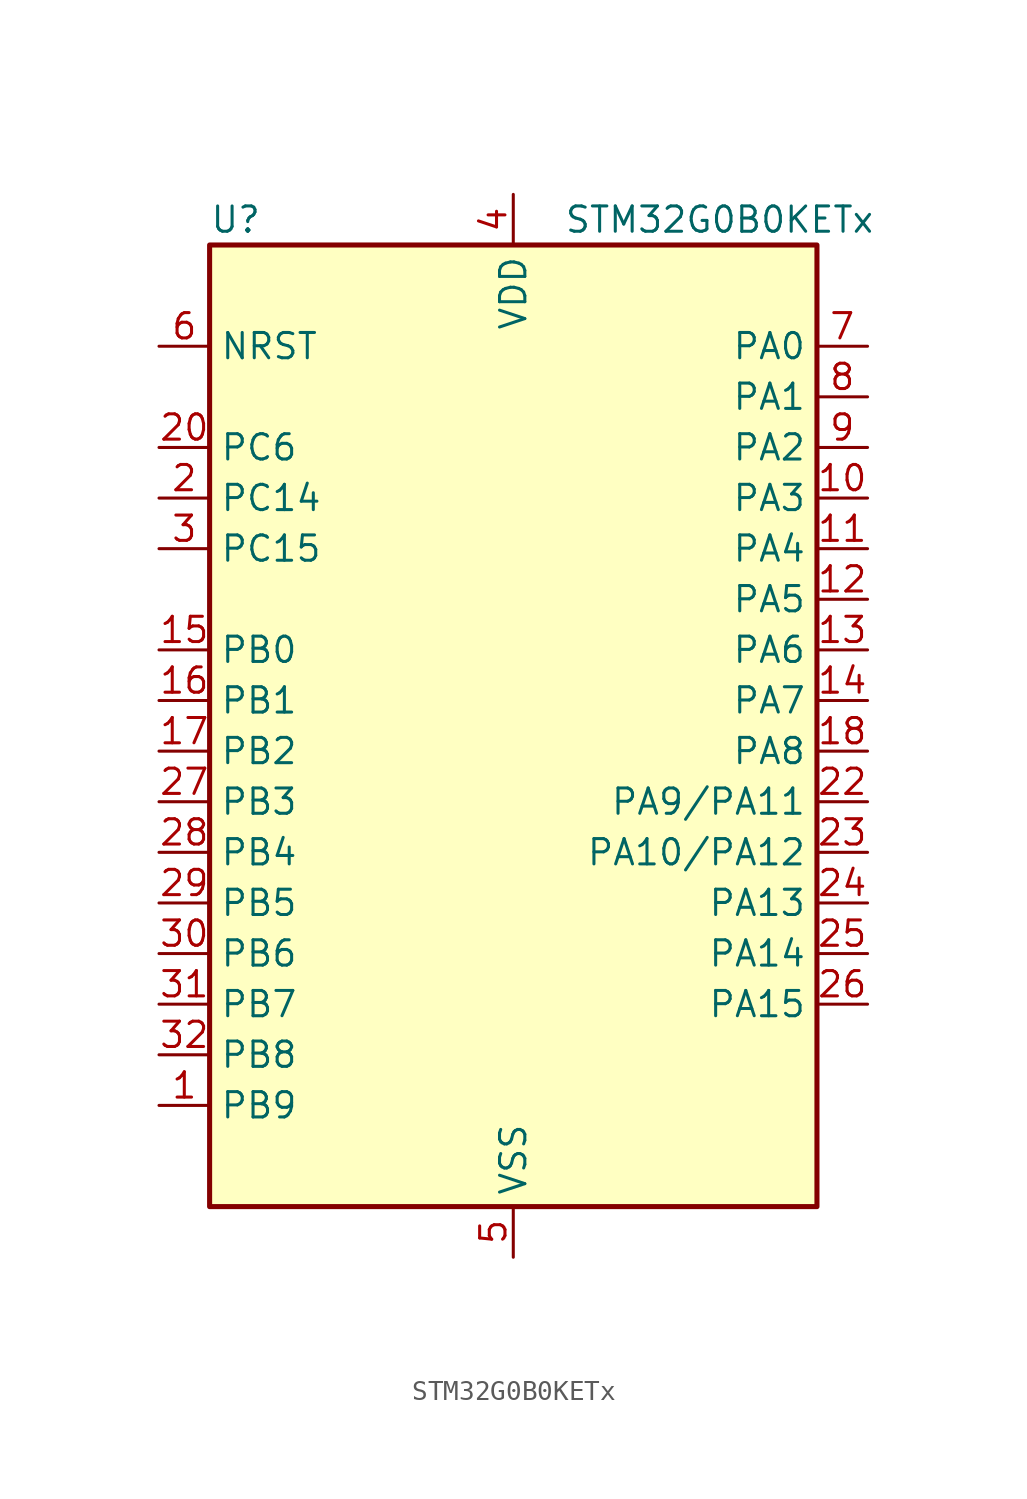
<source format=kicad_sym>
(kicad_symbol_lib
  (version 20231120)
  (generator "kicad-library-utils")
  (generator_version "8.0")
  (symbol "STM32G0B0KETx"
    (property "Reference" "U"
      (at -15.24 26.67 0)
      (effects (font (size 1.27 1.27)) (justify left)))
    (property "Value" "STM32G0B0KETx"
      (at 2.54 26.67 0)
      (effects (font (size 1.27 1.27)) (justify left)))
    (symbol "STM32G0B0KETx_0_1"
      (rectangle (start -15.24 -22.86) (end 15.24 25.4) (stroke (width 0.254) (type default)) (fill (type background))))
    (symbol "STM32G0B0KETx_1_1"
      (pin bidirectional line (at -17.78 -17.78 0) (length 2.54) (name "PB9" (effects (font (size 1.27 1.27)))) (number "1" (effects (font (size 1.27 1.27)))) (alternate "I2C1_SDA" bidirectional line) (alternate "I2S2_WS" bidirectional line) (alternate "IR_OUT" bidirectional line) (alternate "SPI2_NSS" bidirectional line) (alternate "TIM17_CH1" bidirectional line) (alternate "TIM4_CH4" bidirectional line) (alternate "USART3_RX" bidirectional line) (alternate "USART6_RX" bidirectional line))
      (pin bidirectional line (at 17.78 12.7 180) (length 2.54) (name "PA3" (effects (font (size 1.27 1.27)))) (number "10" (effects (font (size 1.27 1.27)))) (alternate "ADC1_IN3" bidirectional line) (alternate "I2S2_MCK" bidirectional line) (alternate "SPI2_MISO" bidirectional line) (alternate "TIM15_CH2" bidirectional line) (alternate "USART2_RX" bidirectional line))
      (pin bidirectional line (at 17.78 10.16 180) (length 2.54) (name "PA4" (effects (font (size 1.27 1.27)))) (number "11" (effects (font (size 1.27 1.27)))) (alternate "ADC1_IN4" bidirectional line) (alternate "I2S1_WS" bidirectional line) (alternate "I2S2_SD" bidirectional line) (alternate "RTC_OUT1" bidirectional line) (alternate "RTC_TAMP_IN1" bidirectional line) (alternate "RTC_TS" bidirectional line) (alternate "SPI1_NSS" bidirectional line) (alternate "SPI2_MOSI" bidirectional line) (alternate "SPI3_NSS" bidirectional line) (alternate "SYS_WKUP2" bidirectional line) (alternate "TIM14_CH1" bidirectional line) (alternate "USART6_TX" bidirectional line) (alternate "USB_NOE" bidirectional line))
      (pin bidirectional line (at 17.78 7.62 180) (length 2.54) (name "PA5" (effects (font (size 1.27 1.27)))) (number "12" (effects (font (size 1.27 1.27)))) (alternate "ADC1_IN5" bidirectional line) (alternate "I2S1_CK" bidirectional line) (alternate "SPI1_SCK" bidirectional line) (alternate "USART3_TX" bidirectional line) (alternate "USART6_RX" bidirectional line))
      (pin bidirectional line (at 17.78 5.08 180) (length 2.54) (name "PA6" (effects (font (size 1.27 1.27)))) (number "13" (effects (font (size 1.27 1.27)))) (alternate "ADC1_IN6" bidirectional line) (alternate "I2C2_SDA" bidirectional line) (alternate "I2C3_SDA" bidirectional line) (alternate "I2S1_MCK" bidirectional line) (alternate "SPI1_MISO" bidirectional line) (alternate "TIM16_CH1" bidirectional line) (alternate "TIM1_BK" bidirectional line) (alternate "TIM3_CH1" bidirectional line) (alternate "USART3_CTS" bidirectional line) (alternate "USART3_NSS" bidirectional line) (alternate "USART6_CTS" bidirectional line) (alternate "USART6_NSS" bidirectional line))
      (pin bidirectional line (at 17.78 2.54 180) (length 2.54) (name "PA7" (effects (font (size 1.27 1.27)))) (number "14" (effects (font (size 1.27 1.27)))) (alternate "ADC1_IN7" bidirectional line) (alternate "I2C2_SCL" bidirectional line) (alternate "I2C3_SCL" bidirectional line) (alternate "I2S1_SD" bidirectional line) (alternate "SPI1_MOSI" bidirectional line) (alternate "TIM14_CH1" bidirectional line) (alternate "TIM17_CH1" bidirectional line) (alternate "TIM1_CH1N" bidirectional line) (alternate "TIM3_CH2" bidirectional line) (alternate "USART6_CK" bidirectional line) (alternate "USART6_DE" bidirectional line) (alternate "USART6_RTS" bidirectional line))
      (pin bidirectional line (at -17.78 5.08 0) (length 2.54) (name "PB0" (effects (font (size 1.27 1.27)))) (number "15" (effects (font (size 1.27 1.27)))) (alternate "ADC1_IN8" bidirectional line) (alternate "I2S1_WS" bidirectional line) (alternate "SPI1_NSS" bidirectional line) (alternate "TIM1_CH2N" bidirectional line) (alternate "TIM3_CH3" bidirectional line) (alternate "USART3_RX" bidirectional line) (alternate "USART5_TX" bidirectional line))
      (pin bidirectional line (at -17.78 2.54 0) (length 2.54) (name "PB1" (effects (font (size 1.27 1.27)))) (number "16" (effects (font (size 1.27 1.27)))) (alternate "ADC1_IN9" bidirectional line) (alternate "TIM14_CH1" bidirectional line) (alternate "TIM1_CH3N" bidirectional line) (alternate "TIM3_CH4" bidirectional line) (alternate "USART3_CK" bidirectional line) (alternate "USART3_DE" bidirectional line) (alternate "USART3_RTS" bidirectional line) (alternate "USART5_RX" bidirectional line))
      (pin bidirectional line (at -17.78 0 0) (length 2.54) (name "PB2" (effects (font (size 1.27 1.27)))) (number "17" (effects (font (size 1.27 1.27)))) (alternate "ADC1_IN10" bidirectional line) (alternate "I2S2_MCK" bidirectional line) (alternate "RCC_MCO_2" bidirectional line) (alternate "SPI2_MISO" bidirectional line) (alternate "USART3_TX" bidirectional line))
      (pin bidirectional line (at 17.78 0 180) (length 2.54) (name "PA8" (effects (font (size 1.27 1.27)))) (number "18" (effects (font (size 1.27 1.27)))) (alternate "CRS1_SYNC" bidirectional line) (alternate "I2C2_SMBA" bidirectional line) (alternate "I2S2_WS" bidirectional line) (alternate "RCC_MCO" bidirectional line) (alternate "SPI2_NSS" bidirectional line) (alternate "TIM1_CH1" bidirectional line))
      (pin no_connect line (at -15.24 -22.86 0) (length 2.54) hide (name "NC/PA9" (effects (font (size 1.27 1.27)))) (number "19" (effects (font (size 1.27 1.27)))) (alternate "NC" bidirectional line) (alternate "PA9" bidirectional line) (alternate "I2C1_SCL (PA9)" bidirectional line) (alternate "I2C2_SCL (PA9)" bidirectional line) (alternate "I2S2_MCK (PA9)" bidirectional line) (alternate "RCC_MCO (PA9)" bidirectional line) (alternate "SPI2_MISO (PA9)" bidirectional line) (alternate "TIM15_BK (PA9)" bidirectional line) (alternate "TIM1_CH2 (PA9)" bidirectional line) (alternate "USART1_TX (PA9)" bidirectional line))
      (pin bidirectional line (at -17.78 12.7 0) (length 2.54) (name "PC14" (effects (font (size 1.27 1.27)))) (number "2" (effects (font (size 1.27 1.27)))) (alternate "RCC_OSC32_IN" bidirectional line) (alternate "RCC_OSC_IN" bidirectional line) (alternate "TIM1_BK2" bidirectional line))
      (pin bidirectional line (at -17.78 15.24 0) (length 2.54) (name "PC6" (effects (font (size 1.27 1.27)))) (number "20" (effects (font (size 1.27 1.27)))) (alternate "TIM3_CH1" bidirectional line))
      (pin no_connect line (at -15.24 -20.32 0) (length 2.54) hide (name "NC/PA10" (effects (font (size 1.27 1.27)))) (number "21" (effects (font (size 1.27 1.27)))) (alternate "NC" bidirectional line) (alternate "PA10" bidirectional line) (alternate "I2C1_SDA (PA10)" bidirectional line) (alternate "I2C2_SDA (PA10)" bidirectional line) (alternate "I2S2_SD (PA10)" bidirectional line) (alternate "RCC_MCO_2 (PA10)" bidirectional line) (alternate "SPI2_MOSI (PA10)" bidirectional line) (alternate "TIM17_BK (PA10)" bidirectional line) (alternate "TIM1_CH3 (PA10)" bidirectional line) (alternate "USART1_RX (PA10)" bidirectional line))
      (pin bidirectional line (at 17.78 -2.54 180) (length 2.54) (name "PA9/PA11" (effects (font (size 1.27 1.27)))) (number "22" (effects (font (size 1.27 1.27)))) (alternate "PA9" bidirectional line) (alternate "I2C1_SCL (PA9)" bidirectional line) (alternate "I2C2_SCL (PA9)" bidirectional line) (alternate "I2S2_MCK (PA9)" bidirectional line) (alternate "RCC_MCO (PA9)" bidirectional line) (alternate "SPI2_MISO (PA9)" bidirectional line) (alternate "TIM15_BK (PA9)" bidirectional line) (alternate "TIM1_CH2 (PA9)" bidirectional line) (alternate "USART1_TX (PA9)" bidirectional line) (alternate "PA11" bidirectional line) (alternate "ADC1_EXTI11 (PA11)" bidirectional line) (alternate "I2C2_SCL (PA11)" bidirectional line) (alternate "I2S1_MCK (PA11)" bidirectional line) (alternate "SPI1_MISO (PA11)" bidirectional line) (alternate "TIM1_BK2 (PA11)" bidirectional line) (alternate "TIM1_CH4 (PA11)" bidirectional line) (alternate "USART1_CTS (PA11)" bidirectional line) (alternate "USART1_NSS (PA11)" bidirectional line) (alternate "USB_DM (PA11)" bidirectional line))
      (pin bidirectional line (at 17.78 -5.08 180) (length 2.54) (name "PA10/PA12" (effects (font (size 1.27 1.27)))) (number "23" (effects (font (size 1.27 1.27)))) (alternate "PA10" bidirectional line) (alternate "I2C1_SDA (PA10)" bidirectional line) (alternate "I2C2_SDA (PA10)" bidirectional line) (alternate "I2S2_SD (PA10)" bidirectional line) (alternate "RCC_MCO_2 (PA10)" bidirectional line) (alternate "SPI2_MOSI (PA10)" bidirectional line) (alternate "TIM17_BK (PA10)" bidirectional line) (alternate "TIM1_CH3 (PA10)" bidirectional line) (alternate "USART1_RX (PA10)" bidirectional line) (alternate "PA12" bidirectional line) (alternate "I2C2_SDA (PA12)" bidirectional line) (alternate "I2S1_SD (PA12)" bidirectional line) (alternate "I2S_CKIN (PA12)" bidirectional line) (alternate "SPI1_MOSI (PA12)" bidirectional line) (alternate "TIM1_ETR (PA12)" bidirectional line) (alternate "USART1_CK (PA12)" bidirectional line) (alternate "USART1_DE (PA12)" bidirectional line) (alternate "USART1_RTS (PA12)" bidirectional line) (alternate "USB_DP (PA12)" bidirectional line))
      (pin bidirectional line (at 17.78 -7.62 180) (length 2.54) (name "PA13" (effects (font (size 1.27 1.27)))) (number "24" (effects (font (size 1.27 1.27)))) (alternate "IR_OUT" bidirectional line) (alternate "SYS_SWDIO" bidirectional line) (alternate "USB_NOE" bidirectional line))
      (pin bidirectional line (at 17.78 -10.16 180) (length 2.54) (name "PA14" (effects (font (size 1.27 1.27)))) (number "25" (effects (font (size 1.27 1.27)))) (alternate "SYS_SWCLK" bidirectional line) (alternate "USART2_TX" bidirectional line))
      (pin bidirectional line (at 17.78 -12.7 180) (length 2.54) (name "PA15" (effects (font (size 1.27 1.27)))) (number "26" (effects (font (size 1.27 1.27)))) (alternate "I2C2_SMBA" bidirectional line) (alternate "I2S1_WS" bidirectional line) (alternate "RCC_MCO_2" bidirectional line) (alternate "SPI1_NSS" bidirectional line) (alternate "SPI3_NSS" bidirectional line) (alternate "USART2_RX" bidirectional line) (alternate "USART3_CK" bidirectional line) (alternate "USART3_DE" bidirectional line) (alternate "USART3_RTS" bidirectional line) (alternate "USART4_CK" bidirectional line) (alternate "USART4_DE" bidirectional line) (alternate "USART4_RTS" bidirectional line) (alternate "USB_NOE" bidirectional line))
      (pin bidirectional line (at -17.78 -2.54 0) (length 2.54) (name "PB3" (effects (font (size 1.27 1.27)))) (number "27" (effects (font (size 1.27 1.27)))) (alternate "I2C2_SCL" bidirectional line) (alternate "I2C3_SCL" bidirectional line) (alternate "I2S1_CK" bidirectional line) (alternate "SPI1_SCK" bidirectional line) (alternate "SPI3_SCK" bidirectional line) (alternate "TIM1_CH2" bidirectional line) (alternate "USART1_CK" bidirectional line) (alternate "USART1_DE" bidirectional line) (alternate "USART1_RTS" bidirectional line) (alternate "USART5_TX" bidirectional line))
      (pin bidirectional line (at -17.78 -5.08 0) (length 2.54) (name "PB4" (effects (font (size 1.27 1.27)))) (number "28" (effects (font (size 1.27 1.27)))) (alternate "I2C2_SDA" bidirectional line) (alternate "I2C3_SDA" bidirectional line) (alternate "I2S1_MCK" bidirectional line) (alternate "SPI1_MISO" bidirectional line) (alternate "SPI3_MISO" bidirectional line) (alternate "TIM17_BK" bidirectional line) (alternate "TIM3_CH1" bidirectional line) (alternate "USART1_CTS" bidirectional line) (alternate "USART1_NSS" bidirectional line) (alternate "USART5_RX" bidirectional line))
      (pin bidirectional line (at -17.78 -7.62 0) (length 2.54) (name "PB5" (effects (font (size 1.27 1.27)))) (number "29" (effects (font (size 1.27 1.27)))) (alternate "I2C1_SMBA" bidirectional line) (alternate "I2S1_SD" bidirectional line) (alternate "SPI1_MOSI" bidirectional line) (alternate "SPI3_MOSI" bidirectional line) (alternate "SYS_WKUP6" bidirectional line) (alternate "TIM16_BK" bidirectional line) (alternate "TIM3_CH2" bidirectional line) (alternate "USART5_CK" bidirectional line) (alternate "USART5_DE" bidirectional line) (alternate "USART5_RTS" bidirectional line))
      (pin bidirectional line (at -17.78 10.16 0) (length 2.54) (name "PC15" (effects (font (size 1.27 1.27)))) (number "3" (effects (font (size 1.27 1.27)))) (alternate "RCC_OSC32_EN" bidirectional line) (alternate "RCC_OSC32_OUT" bidirectional line) (alternate "RCC_OSC_EN" bidirectional line) (alternate "TIM15_BK" bidirectional line))
      (pin bidirectional line (at -17.78 -10.16 0) (length 2.54) (name "PB6" (effects (font (size 1.27 1.27)))) (number "30" (effects (font (size 1.27 1.27)))) (alternate "I2C1_SCL" bidirectional line) (alternate "I2S2_MCK" bidirectional line) (alternate "SPI2_MISO" bidirectional line) (alternate "TIM16_CH1N" bidirectional line) (alternate "TIM1_CH3" bidirectional line) (alternate "TIM4_CH1" bidirectional line) (alternate "USART1_TX" bidirectional line) (alternate "USART5_CTS" bidirectional line) (alternate "USART5_NSS" bidirectional line))
      (pin bidirectional line (at -17.78 -12.7 0) (length 2.54) (name "PB7" (effects (font (size 1.27 1.27)))) (number "31" (effects (font (size 1.27 1.27)))) (alternate "I2C1_SDA" bidirectional line) (alternate "I2S2_SD" bidirectional line) (alternate "SPI2_MOSI" bidirectional line) (alternate "TIM17_CH1N" bidirectional line) (alternate "TIM4_CH2" bidirectional line) (alternate "USART1_RX" bidirectional line) (alternate "USART4_CTS" bidirectional line) (alternate "USART4_NSS" bidirectional line))
      (pin bidirectional line (at -17.78 -15.24 0) (length 2.54) (name "PB8" (effects (font (size 1.27 1.27)))) (number "32" (effects (font (size 1.27 1.27)))) (alternate "I2C1_SCL" bidirectional line) (alternate "I2S2_CK" bidirectional line) (alternate "SPI2_SCK" bidirectional line) (alternate "TIM15_BK" bidirectional line) (alternate "TIM16_CH1" bidirectional line) (alternate "TIM4_CH3" bidirectional line) (alternate "USART3_TX" bidirectional line) (alternate "USART6_TX" bidirectional line))
      (pin power_in line (at 0 27.94 270) (length 2.54) (name "VDD" (effects (font (size 1.27 1.27)))) (number "4" (effects (font (size 1.27 1.27)))))
      (pin power_in line (at 0 -25.4 90) (length 2.54) (name "VSS" (effects (font (size 1.27 1.27)))) (number "5" (effects (font (size 1.27 1.27)))))
      (pin input line (at -17.78 20.32 0) (length 2.54) (name "NRST" (effects (font (size 1.27 1.27)))) (number "6" (effects (font (size 1.27 1.27)))))
      (pin bidirectional line (at 17.78 20.32 180) (length 2.54) (name "PA0" (effects (font (size 1.27 1.27)))) (number "7" (effects (font (size 1.27 1.27)))) (alternate "ADC1_IN0" bidirectional line) (alternate "I2S2_CK" bidirectional line) (alternate "RTC_TAMP_IN2" bidirectional line) (alternate "SPI2_SCK" bidirectional line) (alternate "SYS_WKUP1" bidirectional line) (alternate "USART2_CTS" bidirectional line) (alternate "USART2_NSS" bidirectional line) (alternate "USART4_TX" bidirectional line))
      (pin bidirectional line (at 17.78 17.78 180) (length 2.54) (name "PA1" (effects (font (size 1.27 1.27)))) (number "8" (effects (font (size 1.27 1.27)))) (alternate "ADC1_IN1" bidirectional line) (alternate "I2C1_SMBA" bidirectional line) (alternate "I2S1_CK" bidirectional line) (alternate "SPI1_SCK" bidirectional line) (alternate "TIM15_CH1N" bidirectional line) (alternate "USART2_CK" bidirectional line) (alternate "USART2_DE" bidirectional line) (alternate "USART2_RTS" bidirectional line) (alternate "USART4_RX" bidirectional line))
      (pin bidirectional line (at 17.78 15.24 180) (length 2.54) (name "PA2" (effects (font (size 1.27 1.27)))) (number "9" (effects (font (size 1.27 1.27)))) (alternate "ADC1_IN2" bidirectional line) (alternate "I2S1_SD" bidirectional line) (alternate "RCC_LSCO" bidirectional line) (alternate "SPI1_MOSI" bidirectional line) (alternate "SYS_WKUP4" bidirectional line) (alternate "TIM15_CH1" bidirectional line) (alternate "USART2_TX" bidirectional line)))))
</source>
